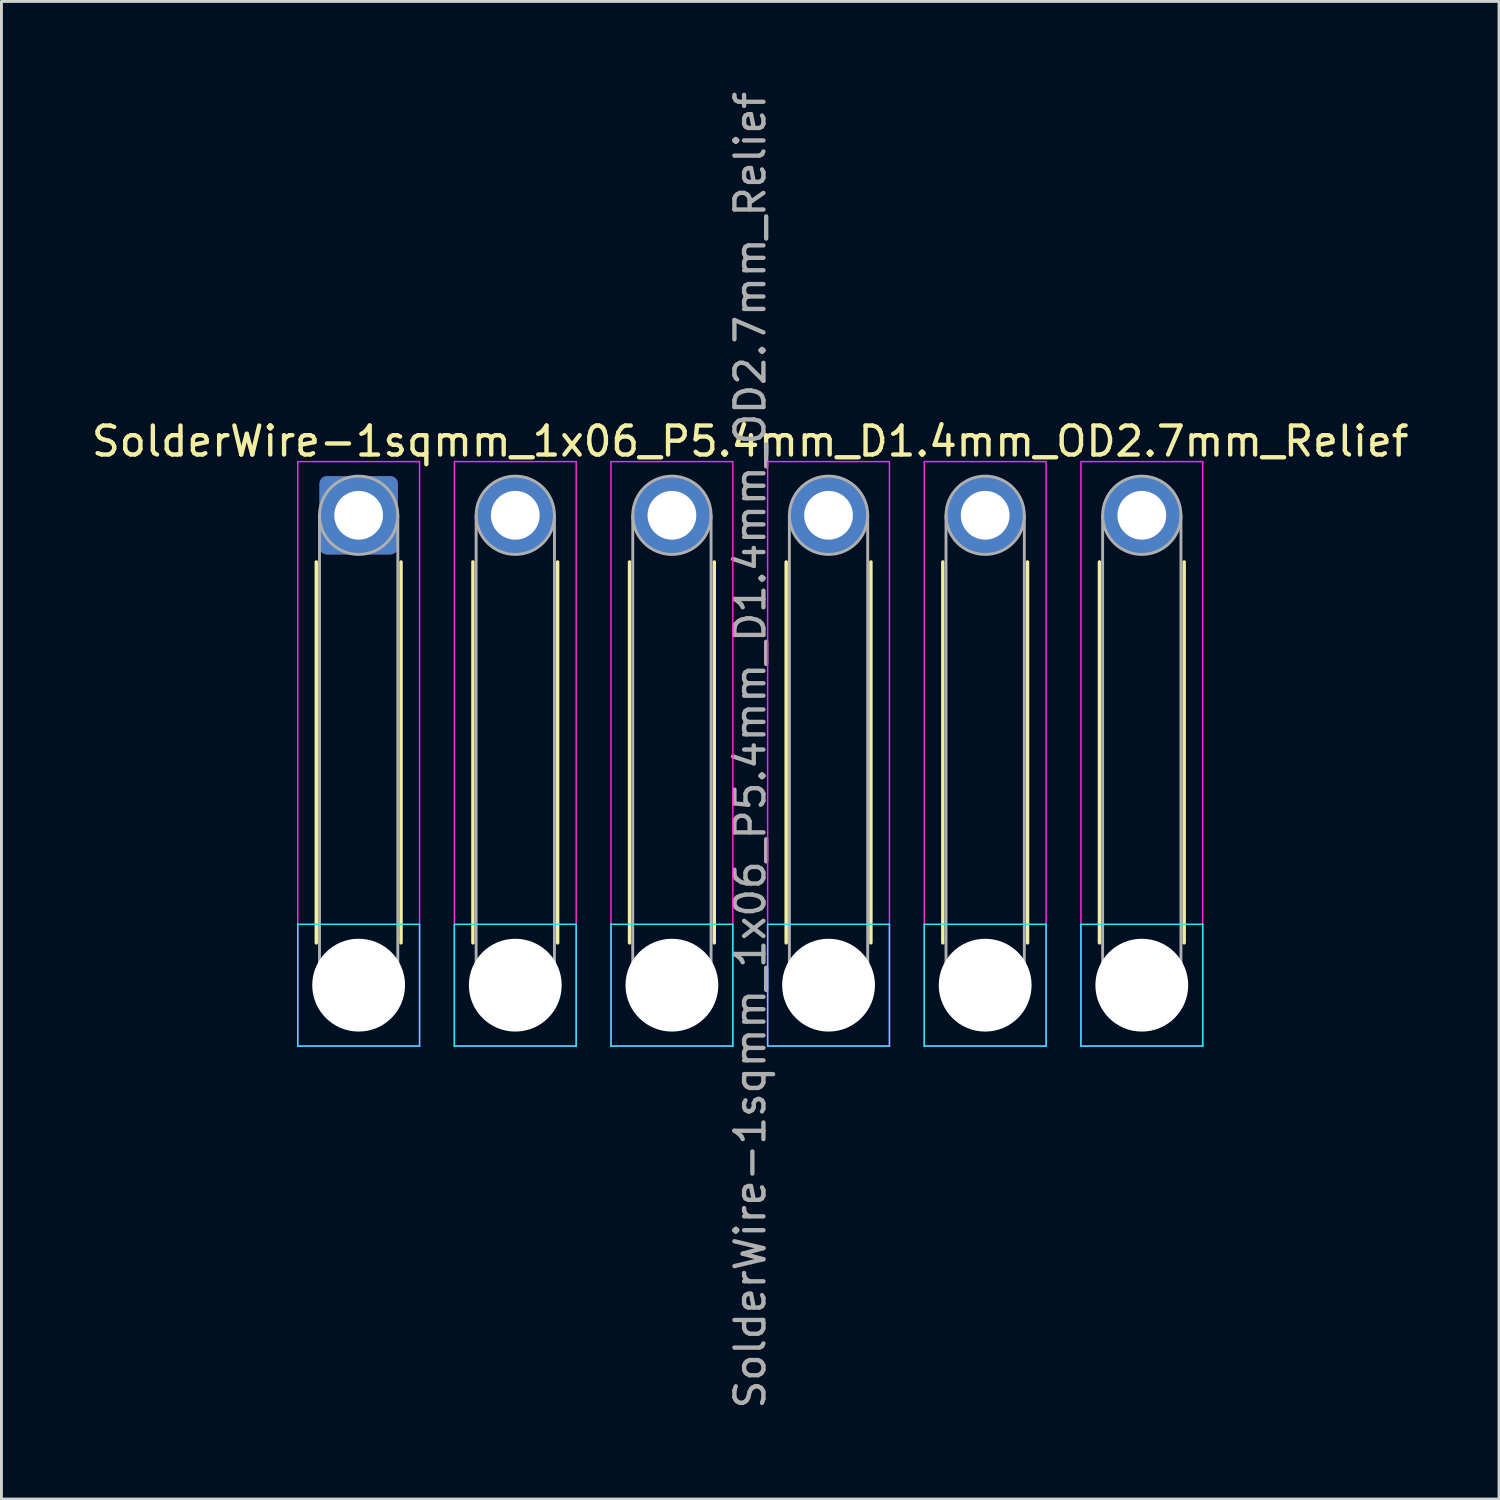
<source format=kicad_pcb>
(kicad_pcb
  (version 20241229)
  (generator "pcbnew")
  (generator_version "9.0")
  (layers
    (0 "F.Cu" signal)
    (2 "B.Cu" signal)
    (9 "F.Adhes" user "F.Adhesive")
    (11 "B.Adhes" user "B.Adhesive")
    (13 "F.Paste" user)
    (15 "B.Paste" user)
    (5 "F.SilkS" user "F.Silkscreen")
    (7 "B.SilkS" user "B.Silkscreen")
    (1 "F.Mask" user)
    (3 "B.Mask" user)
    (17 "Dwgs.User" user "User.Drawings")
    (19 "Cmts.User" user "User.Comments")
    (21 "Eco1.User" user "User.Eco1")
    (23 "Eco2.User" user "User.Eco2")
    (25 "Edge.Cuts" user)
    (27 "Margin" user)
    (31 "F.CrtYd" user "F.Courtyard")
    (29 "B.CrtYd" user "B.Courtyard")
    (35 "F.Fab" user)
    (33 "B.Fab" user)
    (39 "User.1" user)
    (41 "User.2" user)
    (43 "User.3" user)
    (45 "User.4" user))
  (footprint "SolderWire-1sqmm_1x06_P5.4mm_D1.4mm_OD2.7mm_Relief"
    (layer "F.Cu")
    (at 9.315 14.715)
    (property "Reference" "SolderWire-1sqmm_1x06_P5.4mm_D1.4mm_OD2.7mm_Relief" (at 13.5 -2.55 0) (layer "F.SilkS") (effects (font (size 1 1) (thickness 0.15))))
    (attr exclude_from_pos_files exclude_from_bom)
    (fp_line (start -1.46 1.61) (end -1.46 14.74) (stroke (width 0.12) (type solid)) (layer "F.SilkS"))
    (fp_line (start 1.46 1.61) (end 1.46 14.74) (stroke (width 0.12) (type solid)) (layer "F.SilkS"))
    (fp_line (start 3.94 1.61) (end 3.94 14.74) (stroke (width 0.12) (type solid)) (layer "F.SilkS"))
    (fp_line (start 6.86 1.61) (end 6.86 14.74) (stroke (width 0.12) (type solid)) (layer "F.SilkS"))
    (fp_line (start 9.34 1.61) (end 9.34 14.74) (stroke (width 0.12) (type solid)) (layer "F.SilkS"))
    (fp_line (start 12.26 1.61) (end 12.26 14.74) (stroke (width 0.12) (type solid)) (layer "F.SilkS"))
    (fp_line (start 14.74 1.61) (end 14.74 14.74) (stroke (width 0.12) (type solid)) (layer "F.SilkS"))
    (fp_line (start 17.66 1.61) (end 17.66 14.74) (stroke (width 0.12) (type solid)) (layer "F.SilkS"))
    (fp_line (start 20.14 1.61) (end 20.14 14.74) (stroke (width 0.12) (type solid)) (layer "F.SilkS"))
    (fp_line (start 23.06 1.61) (end 23.06 14.74) (stroke (width 0.12) (type solid)) (layer "F.SilkS"))
    (fp_line (start 25.54 1.61) (end 25.54 14.74) (stroke (width 0.12) (type solid)) (layer "F.SilkS"))
    (fp_line (start 28.46 1.61) (end 28.46 14.74) (stroke (width 0.12) (type solid)) (layer "F.SilkS"))
    (fp_line (start -2.1 14.1) (end -2.1 18.3) (stroke (width 0.05) (type solid)) (layer "B.CrtYd"))
    (fp_line (start -2.1 18.3) (end 2.1 18.3) (stroke (width 0.05) (type solid)) (layer "B.CrtYd"))
    (fp_line (start 2.1 14.1) (end -2.1 14.1) (stroke (width 0.05) (type solid)) (layer "B.CrtYd"))
    (fp_line (start 2.1 18.3) (end 2.1 14.1) (stroke (width 0.05) (type solid)) (layer "B.CrtYd"))
    (fp_line (start 3.3 14.1) (end 3.3 18.3) (stroke (width 0.05) (type solid)) (layer "B.CrtYd"))
    (fp_line (start 3.3 18.3) (end 7.5 18.3) (stroke (width 0.05) (type solid)) (layer "B.CrtYd"))
    (fp_line (start 7.5 14.1) (end 3.3 14.1) (stroke (width 0.05) (type solid)) (layer "B.CrtYd"))
    (fp_line (start 7.5 18.3) (end 7.5 14.1) (stroke (width 0.05) (type solid)) (layer "B.CrtYd"))
    (fp_line (start 8.7 14.1) (end 8.7 18.3) (stroke (width 0.05) (type solid)) (layer "B.CrtYd"))
    (fp_line (start 8.7 18.3) (end 12.9 18.3) (stroke (width 0.05) (type solid)) (layer "B.CrtYd"))
    (fp_line (start 12.9 14.1) (end 8.7 14.1) (stroke (width 0.05) (type solid)) (layer "B.CrtYd"))
    (fp_line (start 12.9 18.3) (end 12.9 14.1) (stroke (width 0.05) (type solid)) (layer "B.CrtYd"))
    (fp_line (start 14.1 14.1) (end 14.1 18.3) (stroke (width 0.05) (type solid)) (layer "B.CrtYd"))
    (fp_line (start 14.1 18.3) (end 18.3 18.3) (stroke (width 0.05) (type solid)) (layer "B.CrtYd"))
    (fp_line (start 18.3 14.1) (end 14.1 14.1) (stroke (width 0.05) (type solid)) (layer "B.CrtYd"))
    (fp_line (start 18.3 18.3) (end 18.3 14.1) (stroke (width 0.05) (type solid)) (layer "B.CrtYd"))
    (fp_line (start 19.5 14.1) (end 19.5 18.3) (stroke (width 0.05) (type solid)) (layer "B.CrtYd"))
    (fp_line (start 19.5 18.3) (end 23.7 18.3) (stroke (width 0.05) (type solid)) (layer "B.CrtYd"))
    (fp_line (start 23.7 14.1) (end 19.5 14.1) (stroke (width 0.05) (type solid)) (layer "B.CrtYd"))
    (fp_line (start 23.7 18.3) (end 23.7 14.1) (stroke (width 0.05) (type solid)) (layer "B.CrtYd"))
    (fp_line (start 24.9 14.1) (end 24.9 18.3) (stroke (width 0.05) (type solid)) (layer "B.CrtYd"))
    (fp_line (start 24.9 18.3) (end 29.1 18.3) (stroke (width 0.05) (type solid)) (layer "B.CrtYd"))
    (fp_line (start 29.1 14.1) (end 24.9 14.1) (stroke (width 0.05) (type solid)) (layer "B.CrtYd"))
    (fp_line (start 29.1 18.3) (end 29.1 14.1) (stroke (width 0.05) (type solid)) (layer "B.CrtYd"))
    (fp_line (start -2.1 -1.85) (end -2.1 18.3) (stroke (width 0.05) (type solid)) (layer "F.CrtYd"))
    (fp_line (start -2.1 18.3) (end 2.1 18.3) (stroke (width 0.05) (type solid)) (layer "F.CrtYd"))
    (fp_line (start 2.1 -1.85) (end -2.1 -1.85) (stroke (width 0.05) (type solid)) (layer "F.CrtYd"))
    (fp_line (start 2.1 18.3) (end 2.1 -1.85) (stroke (width 0.05) (type solid)) (layer "F.CrtYd"))
    (fp_line (start 3.3 -1.85) (end 3.3 18.3) (stroke (width 0.05) (type solid)) (layer "F.CrtYd"))
    (fp_line (start 3.3 18.3) (end 7.5 18.3) (stroke (width 0.05) (type solid)) (layer "F.CrtYd"))
    (fp_line (start 7.5 -1.85) (end 3.3 -1.85) (stroke (width 0.05) (type solid)) (layer "F.CrtYd"))
    (fp_line (start 7.5 18.3) (end 7.5 -1.85) (stroke (width 0.05) (type solid)) (layer "F.CrtYd"))
    (fp_line (start 8.7 -1.85) (end 8.7 18.3) (stroke (width 0.05) (type solid)) (layer "F.CrtYd"))
    (fp_line (start 8.7 18.3) (end 12.9 18.3) (stroke (width 0.05) (type solid)) (layer "F.CrtYd"))
    (fp_line (start 12.9 -1.85) (end 8.7 -1.85) (stroke (width 0.05) (type solid)) (layer "F.CrtYd"))
    (fp_line (start 12.9 18.3) (end 12.9 -1.85) (stroke (width 0.05) (type solid)) (layer "F.CrtYd"))
    (fp_line (start 14.1 -1.85) (end 14.1 18.3) (stroke (width 0.05) (type solid)) (layer "F.CrtYd"))
    (fp_line (start 14.1 18.3) (end 18.3 18.3) (stroke (width 0.05) (type solid)) (layer "F.CrtYd"))
    (fp_line (start 18.3 -1.85) (end 14.1 -1.85) (stroke (width 0.05) (type solid)) (layer "F.CrtYd"))
    (fp_line (start 18.3 18.3) (end 18.3 -1.85) (stroke (width 0.05) (type solid)) (layer "F.CrtYd"))
    (fp_line (start 19.5 -1.85) (end 19.5 18.3) (stroke (width 0.05) (type solid)) (layer "F.CrtYd"))
    (fp_line (start 19.5 18.3) (end 23.7 18.3) (stroke (width 0.05) (type solid)) (layer "F.CrtYd"))
    (fp_line (start 23.7 -1.85) (end 19.5 -1.85) (stroke (width 0.05) (type solid)) (layer "F.CrtYd"))
    (fp_line (start 23.7 18.3) (end 23.7 -1.85) (stroke (width 0.05) (type solid)) (layer "F.CrtYd"))
    (fp_line (start 24.9 -1.85) (end 24.9 18.3) (stroke (width 0.05) (type solid)) (layer "F.CrtYd"))
    (fp_line (start 24.9 18.3) (end 29.1 18.3) (stroke (width 0.05) (type solid)) (layer "F.CrtYd"))
    (fp_line (start 29.1 -1.85) (end 24.9 -1.85) (stroke (width 0.05) (type solid)) (layer "F.CrtYd"))
    (fp_line (start 29.1 18.3) (end 29.1 -1.85) (stroke (width 0.05) (type solid)) (layer "F.CrtYd"))
    (fp_line (start -1.35 0) (end -1.35 16.2) (stroke (width 0.1) (type solid)) (layer "F.Fab"))
    (fp_line (start 1.35 0) (end 1.35 16.2) (stroke (width 0.1) (type solid)) (layer "F.Fab"))
    (fp_line (start 4.05 0) (end 4.05 16.2) (stroke (width 0.1) (type solid)) (layer "F.Fab"))
    (fp_line (start 6.75 0) (end 6.75 16.2) (stroke (width 0.1) (type solid)) (layer "F.Fab"))
    (fp_line (start 9.45 0) (end 9.45 16.2) (stroke (width 0.1) (type solid)) (layer "F.Fab"))
    (fp_line (start 12.15 0) (end 12.15 16.2) (stroke (width 0.1) (type solid)) (layer "F.Fab"))
    (fp_line (start 14.85 0) (end 14.85 16.2) (stroke (width 0.1) (type solid)) (layer "F.Fab"))
    (fp_line (start 17.55 0) (end 17.55 16.2) (stroke (width 0.1) (type solid)) (layer "F.Fab"))
    (fp_line (start 20.25 0) (end 20.25 16.2) (stroke (width 0.1) (type solid)) (layer "F.Fab"))
    (fp_line (start 22.95 0) (end 22.95 16.2) (stroke (width 0.1) (type solid)) (layer "F.Fab"))
    (fp_line (start 25.65 0) (end 25.65 16.2) (stroke (width 0.1) (type solid)) (layer "F.Fab"))
    (fp_line (start 28.35 0) (end 28.35 16.2) (stroke (width 0.1) (type solid)) (layer "F.Fab"))
    (fp_circle (center 0 0) (end 1.35 0) (stroke (width 0.1) (type solid)) (fill no) (layer "F.Fab"))
    (fp_circle (center 0 16.2) (end 1.35 16.2) (stroke (width 0.1) (type solid)) (fill no) (layer "F.Fab"))
    (fp_circle (center 5.4 0) (end 6.75 0) (stroke (width 0.1) (type solid)) (fill no) (layer "F.Fab"))
    (fp_circle (center 5.4 16.2) (end 6.75 16.2) (stroke (width 0.1) (type solid)) (fill no) (layer "F.Fab"))
    (fp_circle (center 10.8 0) (end 12.15 0) (stroke (width 0.1) (type solid)) (fill no) (layer "F.Fab"))
    (fp_circle (center 10.8 16.2) (end 12.15 16.2) (stroke (width 0.1) (type solid)) (fill no) (layer "F.Fab"))
    (fp_circle (center 16.2 0) (end 17.55 0) (stroke (width 0.1) (type solid)) (fill no) (layer "F.Fab"))
    (fp_circle (center 16.2 16.2) (end 17.55 16.2) (stroke (width 0.1) (type solid)) (fill no) (layer "F.Fab"))
    (fp_circle (center 21.6 0) (end 22.95 0) (stroke (width 0.1) (type solid)) (fill no) (layer "F.Fab"))
    (fp_circle (center 21.6 16.2) (end 22.95 16.2) (stroke (width 0.1) (type solid)) (fill no) (layer "F.Fab"))
    (fp_circle (center 27 0) (end 28.35 0) (stroke (width 0.1) (type solid)) (fill no) (layer "F.Fab"))
    (fp_circle (center 27 16.2) (end 28.35 16.2) (stroke (width 0.1) (type solid)) (fill no) (layer "F.Fab"))
    (fp_text user "${REFERENCE}" (at 13.5 8.1 90) (layer "F.Fab") (effects (font (size 1 1) (thickness 0.15))))
    (pad "" np_thru_hole circle (at 0 16.2) (size 3.2 3.2) (drill 3.2) (layers "*.Cu" "*.Mask"))
    (pad "" np_thru_hole circle (at 5.4 16.2) (size 3.2 3.2) (drill 3.2) (layers "*.Cu" "*.Mask"))
    (pad "" np_thru_hole circle (at 10.8 16.2) (size 3.2 3.2) (drill 3.2) (layers "*.Cu" "*.Mask"))
    (pad "" np_thru_hole circle (at 16.2 16.2) (size 3.2 3.2) (drill 3.2) (layers "*.Cu" "*.Mask"))
    (pad "" np_thru_hole circle (at 21.6 16.2) (size 3.2 3.2) (drill 3.2) (layers "*.Cu" "*.Mask"))
    (pad "" np_thru_hole circle (at 27 16.2) (size 3.2 3.2) (drill 3.2) (layers "*.Cu" "*.Mask"))
    (pad "1" thru_hole roundrect (at 0 0) (size 2.7 2.7) (drill 1.68) (layers "*.Cu" "*.Mask") (roundrect_rratio 0.093))
    (pad "2" thru_hole circle (at 5.4 0) (size 2.7 2.7) (drill 1.68) (layers "*.Cu" "*.Mask"))
    (pad "3" thru_hole circle (at 10.8 0) (size 2.7 2.7) (drill 1.68) (layers "*.Cu" "*.Mask"))
    (pad "4" thru_hole circle (at 16.2 0) (size 2.7 2.7) (drill 1.68) (layers "*.Cu" "*.Mask"))
    (pad "5" thru_hole circle (at 21.6 0) (size 2.7 2.7) (drill 1.68) (layers "*.Cu" "*.Mask"))
    (pad "6" thru_hole circle (at 27 0) (size 2.7 2.7) (drill 1.68) (layers "*.Cu" "*.Mask")))
  (gr_rect
    (start -3 -3)
    (end 48.631 48.631)
    (stroke (width 0.1) (type default))
    (fill no)
    (layer "Edge.Cuts")))
</source>
